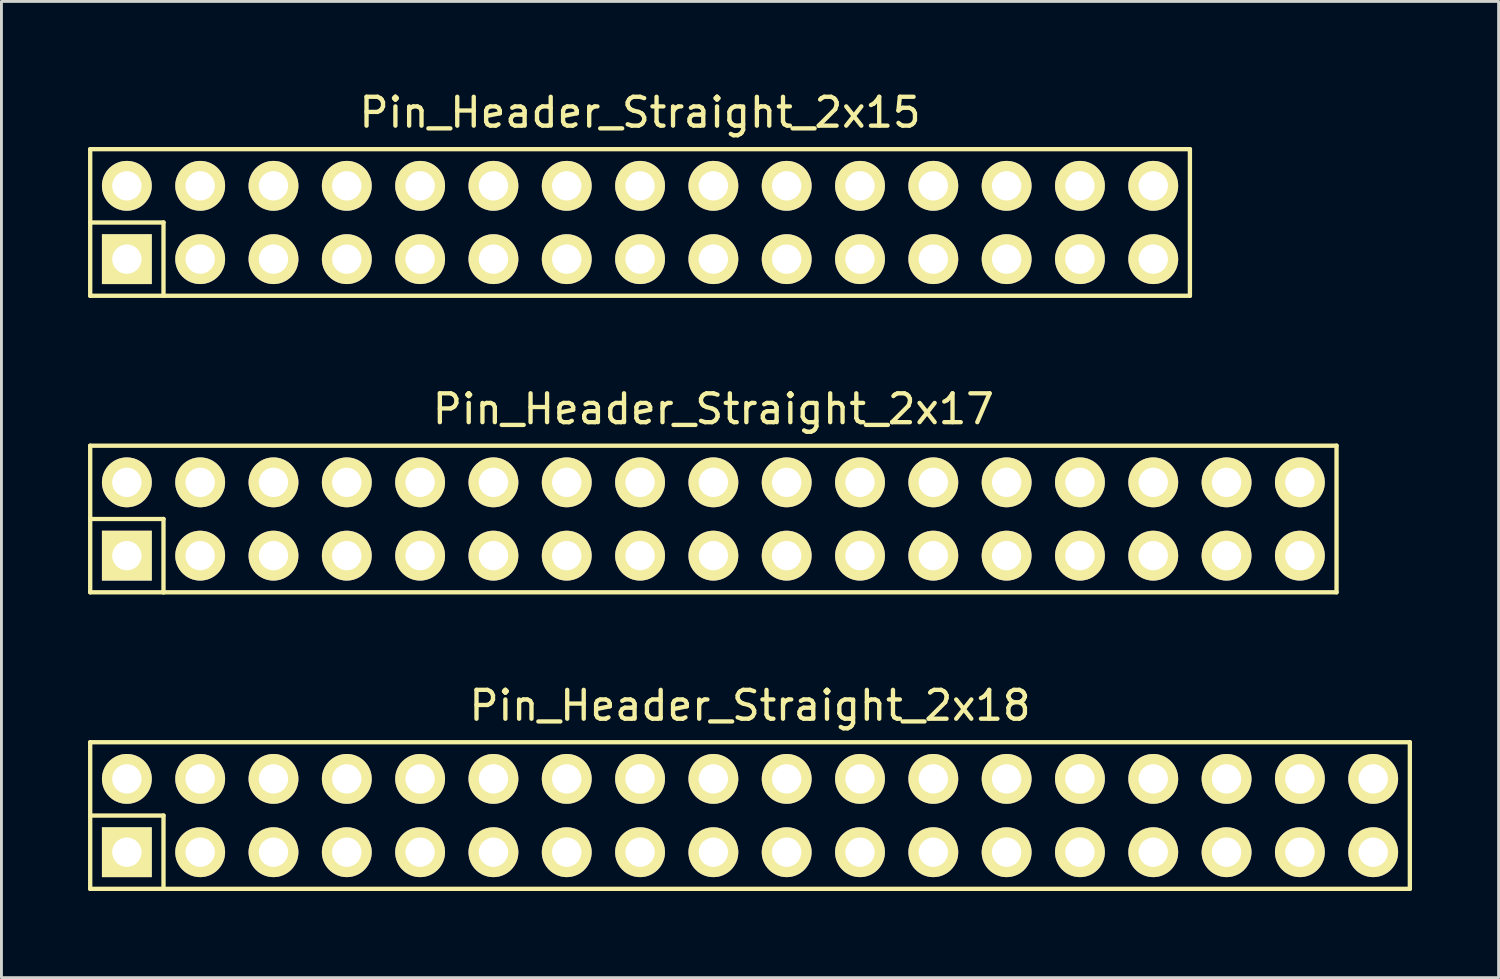
<source format=kicad_pcb>
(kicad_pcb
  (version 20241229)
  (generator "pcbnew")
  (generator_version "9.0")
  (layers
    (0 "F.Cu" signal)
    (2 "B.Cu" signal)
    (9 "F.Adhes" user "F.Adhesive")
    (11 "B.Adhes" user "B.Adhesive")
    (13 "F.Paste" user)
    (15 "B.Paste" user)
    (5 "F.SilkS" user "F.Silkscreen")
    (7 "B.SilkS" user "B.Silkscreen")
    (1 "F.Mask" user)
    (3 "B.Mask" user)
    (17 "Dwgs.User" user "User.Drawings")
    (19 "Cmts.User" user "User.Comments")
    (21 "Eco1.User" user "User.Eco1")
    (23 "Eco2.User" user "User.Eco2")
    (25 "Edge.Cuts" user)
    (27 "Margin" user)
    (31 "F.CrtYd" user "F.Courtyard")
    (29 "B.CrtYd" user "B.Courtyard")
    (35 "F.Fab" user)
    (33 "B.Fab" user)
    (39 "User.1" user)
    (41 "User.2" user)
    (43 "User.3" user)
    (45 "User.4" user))
  (footprint "Pin_Header_Straight_2x18"
    (layer "F.Cu")
    (at 22.935 25.205)
    (property "Reference" "Pin_Header_Straight_2x18" (at 0 -3.81 0) (layer "F.SilkS") (effects (font (size 1 1) (thickness 0.15))))
    (attr through_hole)
    (fp_line (start -22.86 -2.54) (end -22.86 0) (stroke (width 0.15) (type solid)) (layer "F.SilkS"))
    (fp_line (start -22.86 -2.54) (end 22.86 -2.54) (stroke (width 0.15) (type solid)) (layer "F.SilkS"))
    (fp_line (start -22.86 0) (end -20.32 0) (stroke (width 0.15) (type solid)) (layer "F.SilkS"))
    (fp_line (start -22.86 2.54) (end -22.86 0) (stroke (width 0.15) (type solid)) (layer "F.SilkS"))
    (fp_line (start -22.86 2.54) (end -20.32 2.54) (stroke (width 0.15) (type solid)) (layer "F.SilkS"))
    (fp_line (start -20.32 0) (end -20.32 2.54) (stroke (width 0.15) (type solid)) (layer "F.SilkS"))
    (fp_line (start 22.86 -2.54) (end 22.86 2.54) (stroke (width 0.15) (type solid)) (layer "F.SilkS"))
    (fp_line (start 22.86 2.54) (end -20.32 2.54) (stroke (width 0.15) (type solid)) (layer "F.SilkS"))
    (pad "1" thru_hole rect (at -21.59 1.27) (size 1.727 1.727) (drill 1.016) (layers "*.Cu" "*.Mask" "F.SilkS"))
    (pad "2" thru_hole oval (at -21.59 -1.27) (size 1.727 1.727) (drill 1.016) (layers "*.Cu" "*.Mask" "F.SilkS"))
    (pad "3" thru_hole oval (at -19.05 1.27) (size 1.727 1.727) (drill 1.016) (layers "*.Cu" "*.Mask" "F.SilkS"))
    (pad "4" thru_hole oval (at -19.05 -1.27) (size 1.727 1.727) (drill 1.016) (layers "*.Cu" "*.Mask" "F.SilkS"))
    (pad "5" thru_hole oval (at -16.51 1.27) (size 1.727 1.727) (drill 1.016) (layers "*.Cu" "*.Mask" "F.SilkS"))
    (pad "6" thru_hole oval (at -16.51 -1.27) (size 1.727 1.727) (drill 1.016) (layers "*.Cu" "*.Mask" "F.SilkS"))
    (pad "7" thru_hole oval (at -13.97 1.27) (size 1.727 1.727) (drill 1.016) (layers "*.Cu" "*.Mask" "F.SilkS"))
    (pad "8" thru_hole oval (at -13.97 -1.27) (size 1.727 1.727) (drill 1.016) (layers "*.Cu" "*.Mask" "F.SilkS"))
    (pad "9" thru_hole oval (at -11.43 1.27) (size 1.727 1.727) (drill 1.016) (layers "*.Cu" "*.Mask" "F.SilkS"))
    (pad "10" thru_hole oval (at -11.43 -1.27) (size 1.727 1.727) (drill 1.016) (layers "*.Cu" "*.Mask" "F.SilkS"))
    (pad "11" thru_hole oval (at -8.89 1.27) (size 1.727 1.727) (drill 1.016) (layers "*.Cu" "*.Mask" "F.SilkS"))
    (pad "12" thru_hole oval (at -8.89 -1.27) (size 1.727 1.727) (drill 1.016) (layers "*.Cu" "*.Mask" "F.SilkS"))
    (pad "13" thru_hole oval (at -6.35 1.27) (size 1.727 1.727) (drill 1.016) (layers "*.Cu" "*.Mask" "F.SilkS"))
    (pad "14" thru_hole oval (at -6.35 -1.27) (size 1.727 1.727) (drill 1.016) (layers "*.Cu" "*.Mask" "F.SilkS"))
    (pad "15" thru_hole oval (at -3.81 1.27) (size 1.727 1.727) (drill 1.016) (layers "*.Cu" "*.Mask" "F.SilkS"))
    (pad "16" thru_hole oval (at -3.81 -1.27) (size 1.727 1.727) (drill 1.016) (layers "*.Cu" "*.Mask" "F.SilkS"))
    (pad "17" thru_hole oval (at -1.27 1.27) (size 1.727 1.727) (drill 1.016) (layers "*.Cu" "*.Mask" "F.SilkS"))
    (pad "18" thru_hole oval (at -1.27 -1.27) (size 1.727 1.727) (drill 1.016) (layers "*.Cu" "*.Mask" "F.SilkS"))
    (pad "19" thru_hole oval (at 1.27 1.27) (size 1.727 1.727) (drill 1.016) (layers "*.Cu" "*.Mask" "F.SilkS"))
    (pad "20" thru_hole oval (at 1.27 -1.27) (size 1.727 1.727) (drill 1.016) (layers "*.Cu" "*.Mask" "F.SilkS"))
    (pad "21" thru_hole oval (at 3.81 1.27) (size 1.727 1.727) (drill 1.016) (layers "*.Cu" "*.Mask" "F.SilkS"))
    (pad "22" thru_hole oval (at 3.81 -1.27) (size 1.727 1.727) (drill 1.016) (layers "*.Cu" "*.Mask" "F.SilkS"))
    (pad "23" thru_hole oval (at 6.35 1.27) (size 1.727 1.727) (drill 1.016) (layers "*.Cu" "*.Mask" "F.SilkS"))
    (pad "24" thru_hole oval (at 6.35 -1.27) (size 1.727 1.727) (drill 1.016) (layers "*.Cu" "*.Mask" "F.SilkS"))
    (pad "25" thru_hole oval (at 8.89 1.27) (size 1.727 1.727) (drill 1.016) (layers "*.Cu" "*.Mask" "F.SilkS"))
    (pad "26" thru_hole oval (at 8.89 -1.27) (size 1.727 1.727) (drill 1.016) (layers "*.Cu" "*.Mask" "F.SilkS"))
    (pad "27" thru_hole oval (at 11.43 1.27) (size 1.727 1.727) (drill 1.016) (layers "*.Cu" "*.Mask" "F.SilkS"))
    (pad "28" thru_hole oval (at 11.43 -1.27) (size 1.727 1.727) (drill 1.016) (layers "*.Cu" "*.Mask" "F.SilkS"))
    (pad "29" thru_hole oval (at 13.97 1.27) (size 1.727 1.727) (drill 1.016) (layers "*.Cu" "*.Mask" "F.SilkS"))
    (pad "30" thru_hole oval (at 13.97 -1.27) (size 1.727 1.727) (drill 1.016) (layers "*.Cu" "*.Mask" "F.SilkS"))
    (pad "31" thru_hole oval (at 16.51 1.27) (size 1.727 1.727) (drill 1.016) (layers "*.Cu" "*.Mask" "F.SilkS"))
    (pad "32" thru_hole oval (at 16.51 -1.27) (size 1.727 1.727) (drill 1.016) (layers "*.Cu" "*.Mask" "F.SilkS"))
    (pad "33" thru_hole oval (at 19.05 1.27) (size 1.727 1.727) (drill 1.016) (layers "*.Cu" "*.Mask" "F.SilkS"))
    (pad "34" thru_hole oval (at 19.05 -1.27) (size 1.727 1.727) (drill 1.016) (layers "*.Cu" "*.Mask" "F.SilkS"))
    (pad "35" thru_hole oval (at 21.59 1.27) (size 1.727 1.727) (drill 1.016) (layers "*.Cu" "*.Mask" "F.SilkS"))
    (pad "36" thru_hole oval (at 21.59 -1.27) (size 1.727 1.727) (drill 1.016) (layers "*.Cu" "*.Mask" "F.SilkS")))
  (footprint "Pin_Header_Straight_2x15"
    (layer "F.Cu")
    (at 19.125 4.658)
    (property "Reference" "Pin_Header_Straight_2x15" (at 0 -3.81 0) (layer "F.SilkS") (effects (font (size 1 1) (thickness 0.15))))
    (attr through_hole)
    (fp_line (start -19.05 -2.54) (end -19.05 0) (stroke (width 0.15) (type solid)) (layer "F.SilkS"))
    (fp_line (start -19.05 0) (end -16.51 0) (stroke (width 0.15) (type solid)) (layer "F.SilkS"))
    (fp_line (start -19.05 2.54) (end -19.05 0) (stroke (width 0.15) (type solid)) (layer "F.SilkS"))
    (fp_line (start -19.05 2.54) (end -16.51 2.54) (stroke (width 0.15) (type solid)) (layer "F.SilkS"))
    (fp_line (start -16.51 0) (end -16.51 2.54) (stroke (width 0.15) (type solid)) (layer "F.SilkS"))
    (fp_line (start -16.51 2.54) (end 19.05 2.54) (stroke (width 0.15) (type solid)) (layer "F.SilkS"))
    (fp_line (start 19.05 -2.54) (end -19.05 -2.54) (stroke (width 0.15) (type solid)) (layer "F.SilkS"))
    (fp_line (start 19.05 -2.54) (end 19.05 2.54) (stroke (width 0.15) (type solid)) (layer "F.SilkS"))
    (pad "1" thru_hole rect (at -17.78 1.27) (size 1.727 1.727) (drill 1.016) (layers "*.Cu" "*.Mask" "F.SilkS"))
    (pad "2" thru_hole oval (at -17.78 -1.27) (size 1.727 1.727) (drill 1.016) (layers "*.Cu" "*.Mask" "F.SilkS"))
    (pad "3" thru_hole oval (at -15.24 1.27) (size 1.727 1.727) (drill 1.016) (layers "*.Cu" "*.Mask" "F.SilkS"))
    (pad "4" thru_hole oval (at -15.24 -1.27) (size 1.727 1.727) (drill 1.016) (layers "*.Cu" "*.Mask" "F.SilkS"))
    (pad "5" thru_hole oval (at -12.7 1.27) (size 1.727 1.727) (drill 1.016) (layers "*.Cu" "*.Mask" "F.SilkS"))
    (pad "6" thru_hole oval (at -12.7 -1.27) (size 1.727 1.727) (drill 1.016) (layers "*.Cu" "*.Mask" "F.SilkS"))
    (pad "7" thru_hole oval (at -10.16 1.27) (size 1.727 1.727) (drill 1.016) (layers "*.Cu" "*.Mask" "F.SilkS"))
    (pad "8" thru_hole oval (at -10.16 -1.27) (size 1.727 1.727) (drill 1.016) (layers "*.Cu" "*.Mask" "F.SilkS"))
    (pad "9" thru_hole oval (at -7.62 1.27) (size 1.727 1.727) (drill 1.016) (layers "*.Cu" "*.Mask" "F.SilkS"))
    (pad "10" thru_hole oval (at -7.62 -1.27) (size 1.727 1.727) (drill 1.016) (layers "*.Cu" "*.Mask" "F.SilkS"))
    (pad "11" thru_hole oval (at -5.08 1.27) (size 1.727 1.727) (drill 1.016) (layers "*.Cu" "*.Mask" "F.SilkS"))
    (pad "12" thru_hole oval (at -5.08 -1.27) (size 1.727 1.727) (drill 1.016) (layers "*.Cu" "*.Mask" "F.SilkS"))
    (pad "13" thru_hole oval (at -2.54 1.27) (size 1.727 1.727) (drill 1.016) (layers "*.Cu" "*.Mask" "F.SilkS"))
    (pad "14" thru_hole oval (at -2.54 -1.27) (size 1.727 1.727) (drill 1.016) (layers "*.Cu" "*.Mask" "F.SilkS"))
    (pad "15" thru_hole oval (at 0 1.27) (size 1.727 1.727) (drill 1.016) (layers "*.Cu" "*.Mask" "F.SilkS"))
    (pad "16" thru_hole oval (at 0 -1.27) (size 1.727 1.727) (drill 1.016) (layers "*.Cu" "*.Mask" "F.SilkS"))
    (pad "17" thru_hole oval (at 2.54 1.27) (size 1.727 1.727) (drill 1.016) (layers "*.Cu" "*.Mask" "F.SilkS"))
    (pad "18" thru_hole oval (at 2.54 -1.27) (size 1.727 1.727) (drill 1.016) (layers "*.Cu" "*.Mask" "F.SilkS"))
    (pad "19" thru_hole oval (at 5.08 1.27) (size 1.727 1.727) (drill 1.016) (layers "*.Cu" "*.Mask" "F.SilkS"))
    (pad "20" thru_hole oval (at 5.08 -1.27) (size 1.727 1.727) (drill 1.016) (layers "*.Cu" "*.Mask" "F.SilkS"))
    (pad "21" thru_hole oval (at 7.62 1.27) (size 1.727 1.727) (drill 1.016) (layers "*.Cu" "*.Mask" "F.SilkS"))
    (pad "22" thru_hole oval (at 7.62 -1.27) (size 1.727 1.727) (drill 1.016) (layers "*.Cu" "*.Mask" "F.SilkS"))
    (pad "23" thru_hole oval (at 10.16 1.27) (size 1.727 1.727) (drill 1.016) (layers "*.Cu" "*.Mask" "F.SilkS"))
    (pad "24" thru_hole oval (at 10.16 -1.27) (size 1.727 1.727) (drill 1.016) (layers "*.Cu" "*.Mask" "F.SilkS"))
    (pad "25" thru_hole oval (at 12.7 1.27) (size 1.727 1.727) (drill 1.016) (layers "*.Cu" "*.Mask" "F.SilkS"))
    (pad "26" thru_hole oval (at 12.7 -1.27) (size 1.727 1.727) (drill 1.016) (layers "*.Cu" "*.Mask" "F.SilkS"))
    (pad "27" thru_hole oval (at 15.24 1.27) (size 1.727 1.727) (drill 1.016) (layers "*.Cu" "*.Mask" "F.SilkS"))
    (pad "28" thru_hole oval (at 15.24 -1.27) (size 1.727 1.727) (drill 1.016) (layers "*.Cu" "*.Mask" "F.SilkS"))
    (pad "29" thru_hole oval (at 17.78 1.27) (size 1.727 1.727) (drill 1.016) (layers "*.Cu" "*.Mask" "F.SilkS"))
    (pad "30" thru_hole oval (at 17.78 -1.27) (size 1.727 1.727) (drill 1.016) (layers "*.Cu" "*.Mask" "F.SilkS")))
  (footprint "Pin_Header_Straight_2x17"
    (layer "F.Cu")
    (at 21.665 14.931)
    (property "Reference" "Pin_Header_Straight_2x17" (at 0 -3.81 0) (layer "F.SilkS") (effects (font (size 1 1) (thickness 0.15))))
    (attr through_hole)
    (fp_line (start -21.59 -2.54) (end -21.59 0) (stroke (width 0.15) (type solid)) (layer "F.SilkS"))
    (fp_line (start -21.59 0) (end -19.05 0) (stroke (width 0.15) (type solid)) (layer "F.SilkS"))
    (fp_line (start -21.59 2.54) (end -21.59 0) (stroke (width 0.15) (type solid)) (layer "F.SilkS"))
    (fp_line (start -21.59 2.54) (end -19.05 2.54) (stroke (width 0.15) (type solid)) (layer "F.SilkS"))
    (fp_line (start -19.05 0) (end -19.05 2.54) (stroke (width 0.15) (type solid)) (layer "F.SilkS"))
    (fp_line (start -19.05 2.54) (end 21.59 2.54) (stroke (width 0.15) (type solid)) (layer "F.SilkS"))
    (fp_line (start 21.59 -2.54) (end -21.59 -2.54) (stroke (width 0.15) (type solid)) (layer "F.SilkS"))
    (fp_line (start 21.59 -2.54) (end 21.59 2.54) (stroke (width 0.15) (type solid)) (layer "F.SilkS"))
    (pad "1" thru_hole rect (at -20.32 1.27) (size 1.727 1.727) (drill 1.016) (layers "*.Cu" "*.Mask" "F.SilkS"))
    (pad "2" thru_hole oval (at -20.32 -1.27) (size 1.727 1.727) (drill 1.016) (layers "*.Cu" "*.Mask" "F.SilkS"))
    (pad "3" thru_hole oval (at -17.78 1.27) (size 1.727 1.727) (drill 1.016) (layers "*.Cu" "*.Mask" "F.SilkS"))
    (pad "4" thru_hole oval (at -17.78 -1.27) (size 1.727 1.727) (drill 1.016) (layers "*.Cu" "*.Mask" "F.SilkS"))
    (pad "5" thru_hole oval (at -15.24 1.27) (size 1.727 1.727) (drill 1.016) (layers "*.Cu" "*.Mask" "F.SilkS"))
    (pad "6" thru_hole oval (at -15.24 -1.27) (size 1.727 1.727) (drill 1.016) (layers "*.Cu" "*.Mask" "F.SilkS"))
    (pad "7" thru_hole oval (at -12.7 1.27) (size 1.727 1.727) (drill 1.016) (layers "*.Cu" "*.Mask" "F.SilkS"))
    (pad "8" thru_hole oval (at -12.7 -1.27) (size 1.727 1.727) (drill 1.016) (layers "*.Cu" "*.Mask" "F.SilkS"))
    (pad "9" thru_hole oval (at -10.16 1.27) (size 1.727 1.727) (drill 1.016) (layers "*.Cu" "*.Mask" "F.SilkS"))
    (pad "10" thru_hole oval (at -10.16 -1.27) (size 1.727 1.727) (drill 1.016) (layers "*.Cu" "*.Mask" "F.SilkS"))
    (pad "11" thru_hole oval (at -7.62 1.27) (size 1.727 1.727) (drill 1.016) (layers "*.Cu" "*.Mask" "F.SilkS"))
    (pad "12" thru_hole oval (at -7.62 -1.27) (size 1.727 1.727) (drill 1.016) (layers "*.Cu" "*.Mask" "F.SilkS"))
    (pad "13" thru_hole oval (at -5.08 1.27) (size 1.727 1.727) (drill 1.016) (layers "*.Cu" "*.Mask" "F.SilkS"))
    (pad "14" thru_hole oval (at -5.08 -1.27) (size 1.727 1.727) (drill 1.016) (layers "*.Cu" "*.Mask" "F.SilkS"))
    (pad "15" thru_hole oval (at -2.54 1.27) (size 1.727 1.727) (drill 1.016) (layers "*.Cu" "*.Mask" "F.SilkS"))
    (pad "16" thru_hole oval (at -2.54 -1.27) (size 1.727 1.727) (drill 1.016) (layers "*.Cu" "*.Mask" "F.SilkS"))
    (pad "17" thru_hole oval (at 0 1.27) (size 1.727 1.727) (drill 1.016) (layers "*.Cu" "*.Mask" "F.SilkS"))
    (pad "18" thru_hole oval (at 0 -1.27) (size 1.727 1.727) (drill 1.016) (layers "*.Cu" "*.Mask" "F.SilkS"))
    (pad "19" thru_hole oval (at 2.54 1.27) (size 1.727 1.727) (drill 1.016) (layers "*.Cu" "*.Mask" "F.SilkS"))
    (pad "20" thru_hole oval (at 2.54 -1.27) (size 1.727 1.727) (drill 1.016) (layers "*.Cu" "*.Mask" "F.SilkS"))
    (pad "21" thru_hole oval (at 5.08 1.27) (size 1.727 1.727) (drill 1.016) (layers "*.Cu" "*.Mask" "F.SilkS"))
    (pad "22" thru_hole oval (at 5.08 -1.27) (size 1.727 1.727) (drill 1.016) (layers "*.Cu" "*.Mask" "F.SilkS"))
    (pad "23" thru_hole oval (at 7.62 1.27) (size 1.727 1.727) (drill 1.016) (layers "*.Cu" "*.Mask" "F.SilkS"))
    (pad "24" thru_hole oval (at 7.62 -1.27) (size 1.727 1.727) (drill 1.016) (layers "*.Cu" "*.Mask" "F.SilkS"))
    (pad "25" thru_hole oval (at 10.16 1.27) (size 1.727 1.727) (drill 1.016) (layers "*.Cu" "*.Mask" "F.SilkS"))
    (pad "26" thru_hole oval (at 10.16 -1.27) (size 1.727 1.727) (drill 1.016) (layers "*.Cu" "*.Mask" "F.SilkS"))
    (pad "27" thru_hole oval (at 12.7 1.27) (size 1.727 1.727) (drill 1.016) (layers "*.Cu" "*.Mask" "F.SilkS"))
    (pad "28" thru_hole oval (at 12.7 -1.27) (size 1.727 1.727) (drill 1.016) (layers "*.Cu" "*.Mask" "F.SilkS"))
    (pad "29" thru_hole oval (at 15.24 1.27) (size 1.727 1.727) (drill 1.016) (layers "*.Cu" "*.Mask" "F.SilkS"))
    (pad "30" thru_hole oval (at 15.24 -1.27) (size 1.727 1.727) (drill 1.016) (layers "*.Cu" "*.Mask" "F.SilkS"))
    (pad "31" thru_hole oval (at 17.78 1.27) (size 1.727 1.727) (drill 1.016) (layers "*.Cu" "*.Mask" "F.SilkS"))
    (pad "32" thru_hole oval (at 17.78 -1.27) (size 1.727 1.727) (drill 1.016) (layers "*.Cu" "*.Mask" "F.SilkS"))
    (pad "33" thru_hole oval (at 20.32 1.27) (size 1.727 1.727) (drill 1.016) (layers "*.Cu" "*.Mask" "F.SilkS"))
    (pad "34" thru_hole oval (at 20.32 -1.27) (size 1.727 1.727) (drill 1.016) (layers "*.Cu" "*.Mask" "F.SilkS")))
  (gr_rect
    (start -3 -3)
    (end 48.87 30.82)
    (stroke (width 0.1) (type default))
    (fill no)
    (layer "Edge.Cuts")))
</source>
